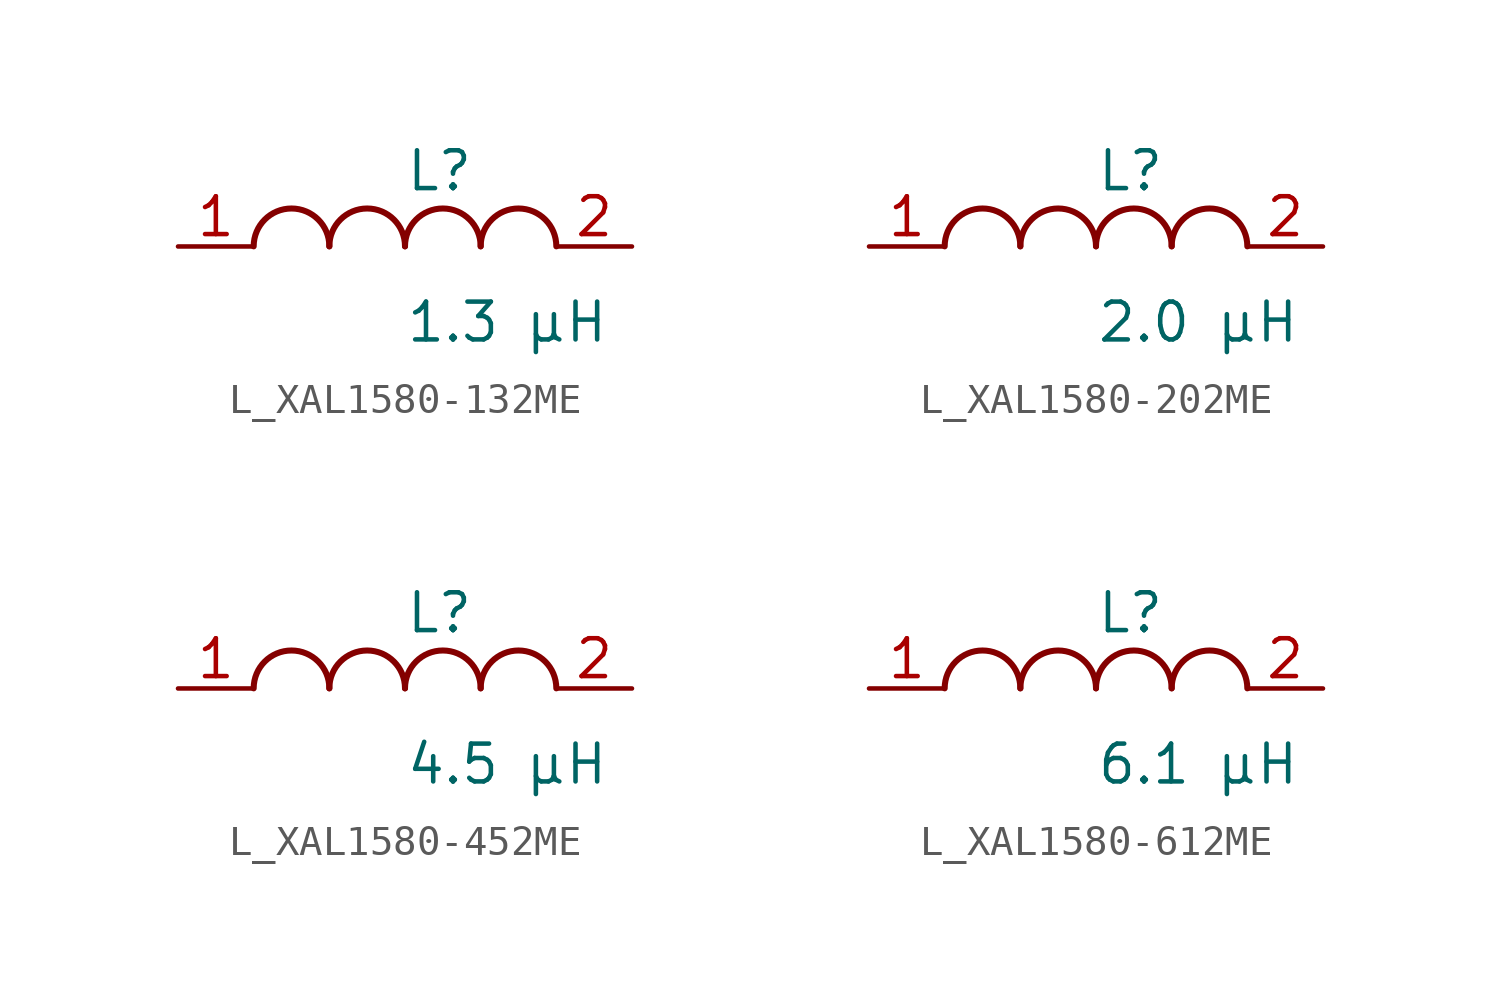
<source format=kicad_sym>
(kicad_symbol_lib
  (version 20231120)
  (generator kicad_symbol_editor)
  (generator_version 8.0)
  (symbol "L_XAL1580-132ME"
    (pin_names
      (offset 0.254))
    (property "Reference" "L"
      (at 0 2.54 0)
      (effects (font (size 1.27 1.27)) (justify left)))
    (property "Value" "1.3 µH"
      (at 0 -2.54 0)
      (effects (font (size 1.27 1.27)) (justify left)))
    (symbol "L_XAL1580-132ME_1_1"
      (arc (start -2.54 0.0056) (mid -3.81 1.27) (end -5.08 0.0056) (stroke (width 0.2032) (type default)) (fill (type none)))
      (arc (start 0 0.0056) (mid -1.27 1.27) (end -2.54 0.0056) (stroke (width 0.2032) (type default)) (fill (type none)))
      (arc (start 2.54 0.0056) (mid 1.27 1.27) (end 0 0.0056) (stroke (width 0.2032) (type default)) (fill (type none)))
      (arc (start 5.08 0.0056) (mid 3.81 1.27) (end 2.54 0.0056) (stroke (width 0.2032) (type default)) (fill (type none)))
      (pin passive line (at -7.62 0 0) (length 2.54) (name "" (effects (font (size 1.27 1.27)))) (number "1" (effects (font (size 1.27 1.27)))))
      (pin passive line (at 7.62 0 180) (length 2.54) (name "" (effects (font (size 1.27 1.27)))) (number "2" (effects (font (size 1.27 1.27)))))))
  (symbol "L_XAL1580-202ME"
    (pin_names
      (offset 0.254))
    (property "Reference" "L"
      (at 0 2.54 0)
      (effects (font (size 1.27 1.27)) (justify left)))
    (property "Value" "2.0 µH"
      (at 0 -2.54 0)
      (effects (font (size 1.27 1.27)) (justify left)))
    (symbol "L_XAL1580-202ME_1_1"
      (arc (start -2.54 0.0056) (mid -3.81 1.27) (end -5.08 0.0056) (stroke (width 0.2032) (type default)) (fill (type none)))
      (arc (start 0 0.0056) (mid -1.27 1.27) (end -2.54 0.0056) (stroke (width 0.2032) (type default)) (fill (type none)))
      (arc (start 2.54 0.0056) (mid 1.27 1.27) (end 0 0.0056) (stroke (width 0.2032) (type default)) (fill (type none)))
      (arc (start 5.08 0.0056) (mid 3.81 1.27) (end 2.54 0.0056) (stroke (width 0.2032) (type default)) (fill (type none)))
      (pin passive line (at -7.62 0 0) (length 2.54) (name "" (effects (font (size 1.27 1.27)))) (number "1" (effects (font (size 1.27 1.27)))))
      (pin passive line (at 7.62 0 180) (length 2.54) (name "" (effects (font (size 1.27 1.27)))) (number "2" (effects (font (size 1.27 1.27)))))))
  (symbol "L_XAL1580-452ME"
    (pin_names
      (offset 0.254))
    (property "Reference" "L"
      (at 0 2.54 0)
      (effects (font (size 1.27 1.27)) (justify left)))
    (property "Value" "4.5 µH"
      (at 0 -2.54 0)
      (effects (font (size 1.27 1.27)) (justify left)))
    (symbol "L_XAL1580-452ME_1_1"
      (arc (start -2.54 0.0056) (mid -3.81 1.27) (end -5.08 0.0056) (stroke (width 0.2032) (type default)) (fill (type none)))
      (arc (start 0 0.0056) (mid -1.27 1.27) (end -2.54 0.0056) (stroke (width 0.2032) (type default)) (fill (type none)))
      (arc (start 2.54 0.0056) (mid 1.27 1.27) (end 0 0.0056) (stroke (width 0.2032) (type default)) (fill (type none)))
      (arc (start 5.08 0.0056) (mid 3.81 1.27) (end 2.54 0.0056) (stroke (width 0.2032) (type default)) (fill (type none)))
      (pin passive line (at -7.62 0 0) (length 2.54) (name "" (effects (font (size 1.27 1.27)))) (number "1" (effects (font (size 1.27 1.27)))))
      (pin passive line (at 7.62 0 180) (length 2.54) (name "" (effects (font (size 1.27 1.27)))) (number "2" (effects (font (size 1.27 1.27)))))))
  (symbol "L_XAL1580-612ME"
    (pin_names
      (offset 0.254))
    (property "Reference" "L"
      (at 0 2.54 0)
      (effects (font (size 1.27 1.27)) (justify left)))
    (property "Value" "6.1 µH"
      (at 0 -2.54 0)
      (effects (font (size 1.27 1.27)) (justify left)))
    (symbol "L_XAL1580-612ME_1_1"
      (arc (start -2.54 0.0056) (mid -3.81 1.27) (end -5.08 0.0056) (stroke (width 0.2032) (type default)) (fill (type none)))
      (arc (start 0 0.0056) (mid -1.27 1.27) (end -2.54 0.0056) (stroke (width 0.2032) (type default)) (fill (type none)))
      (arc (start 2.54 0.0056) (mid 1.27 1.27) (end 0 0.0056) (stroke (width 0.2032) (type default)) (fill (type none)))
      (arc (start 5.08 0.0056) (mid 3.81 1.27) (end 2.54 0.0056) (stroke (width 0.2032) (type default)) (fill (type none)))
      (pin passive line (at -7.62 0 0) (length 2.54) (name "" (effects (font (size 1.27 1.27)))) (number "1" (effects (font (size 1.27 1.27)))))
      (pin passive line (at 7.62 0 180) (length 2.54) (name "" (effects (font (size 1.27 1.27)))) (number "2" (effects (font (size 1.27 1.27))))))))
</source>
